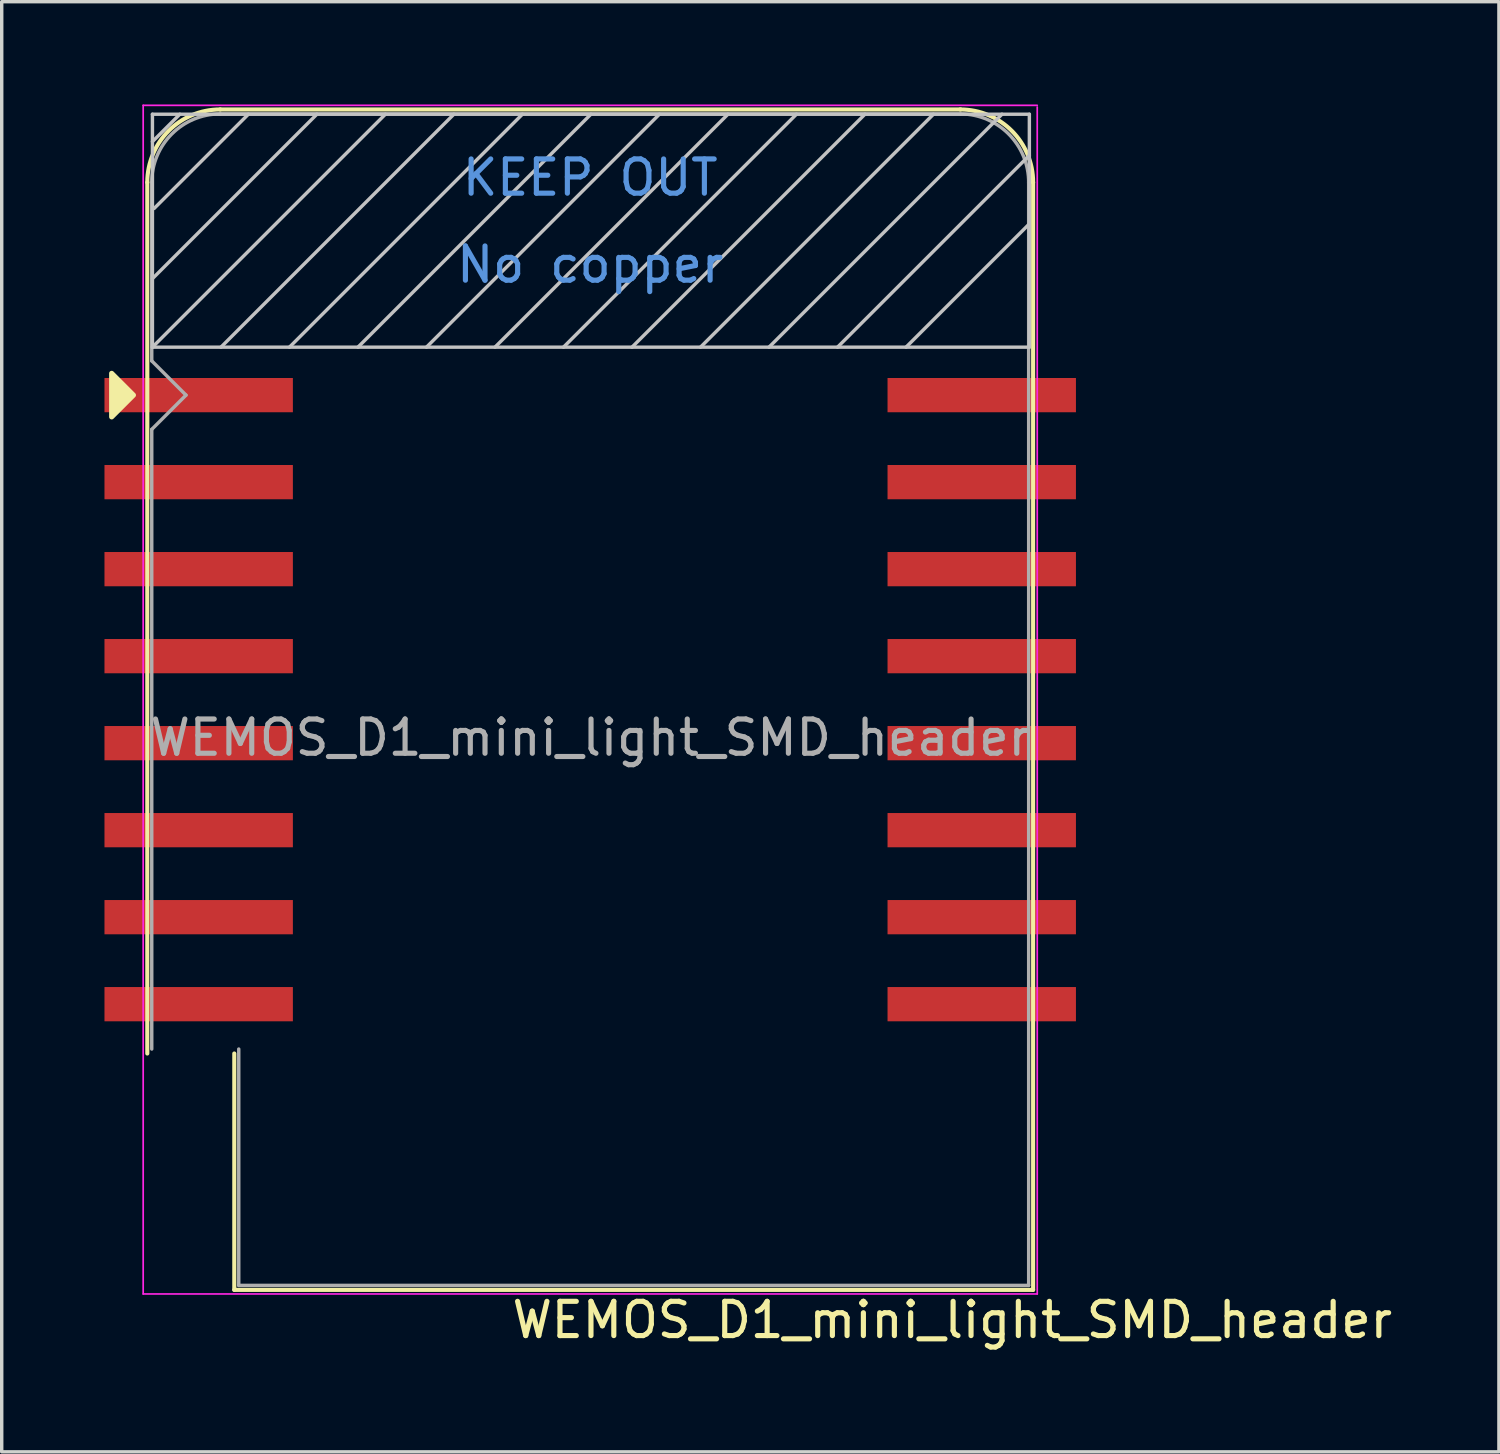
<source format=kicad_pcb>
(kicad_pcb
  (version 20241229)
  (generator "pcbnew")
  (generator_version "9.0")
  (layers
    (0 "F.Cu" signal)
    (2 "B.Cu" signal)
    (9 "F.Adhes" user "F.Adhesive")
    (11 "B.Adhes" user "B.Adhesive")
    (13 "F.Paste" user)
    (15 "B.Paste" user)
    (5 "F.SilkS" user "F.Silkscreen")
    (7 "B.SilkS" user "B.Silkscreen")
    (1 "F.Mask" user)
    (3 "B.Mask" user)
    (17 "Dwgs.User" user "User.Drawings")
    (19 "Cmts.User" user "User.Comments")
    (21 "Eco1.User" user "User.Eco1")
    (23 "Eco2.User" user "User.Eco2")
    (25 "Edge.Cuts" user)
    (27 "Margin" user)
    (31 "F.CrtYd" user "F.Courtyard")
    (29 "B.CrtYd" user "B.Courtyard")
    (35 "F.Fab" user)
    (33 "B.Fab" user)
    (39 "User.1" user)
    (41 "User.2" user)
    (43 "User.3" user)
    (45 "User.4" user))
  (footprint "WEMOS_D1_mini_light_SMD_header"
    (layer "F.Cu")
    (at 14.18 17.375)
    (property "Reference" "WEMOS_D1_mini_light_SMD_header" (at 10.57 18.11 0) (layer "F.SilkS") (effects (font (size 1 1) (thickness 0.15))))
    (attr through_hole)
    (fp_line (start -12.93 10.33) (end -12.93 -15.1) (stroke (width 0.12) (type solid)) (layer "F.SilkS"))
    (fp_line (start -10.39 10.33) (end -10.39 17.23) (stroke (width 0.12) (type solid)) (layer "F.SilkS"))
    (fp_line (start -10.39 17.23) (end 12.93 17.23) (stroke (width 0.12) (type solid)) (layer "F.SilkS"))
    (fp_line (start 10.81 -17.23) (end -10.8 -17.23) (stroke (width 0.12) (type solid)) (layer "F.SilkS"))
    (fp_line (start 12.93 17.23) (end 12.93 -15.1) (stroke (width 0.12) (type solid)) (layer "F.SilkS"))
    (fp_arc (start -12.93 -15.1) (mid -12.306137 -16.606137) (end -10.8 -17.23) (stroke (width 0.12) (type solid)) (layer "F.SilkS"))
    (fp_arc (start 10.8 -17.23) (mid 12.306137 -16.606137) (end 12.93 -15.1) (stroke (width 0.12) (type solid)) (layer "F.SilkS"))
    (fp_poly (pts (xy -13.97 -9.525) (xy -13.97 -8.255) (xy -13.335 -8.89)) (stroke (width 0.15) (type solid)) (fill yes) (layer "F.SilkS"))
    (fp_line (start -12.78 -17.09) (end -12.78 -10.29) (stroke (width 0.1) (type solid)) (layer "Dwgs.User"))
    (fp_line (start -12.78 -16.29) (end -11.98 -17.09) (stroke (width 0.1) (type solid)) (layer "Dwgs.User"))
    (fp_line (start -12.78 -12.29) (end -7.98 -17.09) (stroke (width 0.1) (type solid)) (layer "Dwgs.User"))
    (fp_line (start -12.78 -10.29) (end -5.98 -17.09) (stroke (width 0.1) (type solid)) (layer "Dwgs.User"))
    (fp_line (start -12.78 -10.29) (end 12.82 -10.29) (stroke (width 0.1) (type solid)) (layer "Dwgs.User"))
    (fp_line (start -12.73 -14.34) (end -9.98 -17.09) (stroke (width 0.1) (type solid)) (layer "Dwgs.User"))
    (fp_line (start -10.78 -10.29) (end -3.98 -17.09) (stroke (width 0.1) (type solid)) (layer "Dwgs.User"))
    (fp_line (start -8.78 -10.29) (end -1.98 -17.09) (stroke (width 0.1) (type solid)) (layer "Dwgs.User"))
    (fp_line (start -6.78 -10.29) (end 0.02 -17.09) (stroke (width 0.1) (type solid)) (layer "Dwgs.User"))
    (fp_line (start -4.78 -10.29) (end 2.02 -17.09) (stroke (width 0.1) (type solid)) (layer "Dwgs.User"))
    (fp_line (start -2.78 -10.29) (end 4.02 -17.09) (stroke (width 0.1) (type solid)) (layer "Dwgs.User"))
    (fp_line (start -0.78 -10.29) (end 6.02 -17.09) (stroke (width 0.1) (type solid)) (layer "Dwgs.User"))
    (fp_line (start 1.22 -10.29) (end 8.02 -17.09) (stroke (width 0.1) (type solid)) (layer "Dwgs.User"))
    (fp_line (start 3.22 -10.29) (end 10.02 -17.09) (stroke (width 0.1) (type solid)) (layer "Dwgs.User"))
    (fp_line (start 5.22 -10.29) (end 12.02 -17.09) (stroke (width 0.1) (type solid)) (layer "Dwgs.User"))
    (fp_line (start 7.22 -10.29) (end 12.82 -15.89) (stroke (width 0.1) (type solid)) (layer "Dwgs.User"))
    (fp_line (start 9.22 -10.29) (end 12.82 -13.89) (stroke (width 0.1) (type solid)) (layer "Dwgs.User"))
    (fp_line (start 12.82 -17.09) (end -12.78 -17.09) (stroke (width 0.1) (type solid)) (layer "Dwgs.User"))
    (fp_line (start 12.82 -10.29) (end 12.82 -17.09) (stroke (width 0.1) (type solid)) (layer "Dwgs.User"))
    (fp_line (start -13.05 -17.35) (end 13.05 -17.35) (stroke (width 0.05) (type solid)) (layer "F.CrtYd"))
    (fp_line (start -13.05 17.35) (end -13.05 -17.35) (stroke (width 0.05) (type solid)) (layer "F.CrtYd"))
    (fp_line (start 13.05 -17.3) (end 13.05 17.35) (stroke (width 0.05) (type solid)) (layer "F.CrtYd"))
    (fp_line (start 13.05 17.35) (end -13.05 17.35) (stroke (width 0.05) (type solid)) (layer "F.CrtYd"))
    (fp_line (start -12.8 -15.1) (end -12.8 -9.89) (stroke (width 0.1) (type solid)) (layer "F.Fab"))
    (fp_line (start -12.8 -7.89) (end -12.8 10.2) (stroke (width 0.1) (type solid)) (layer "F.Fab"))
    (fp_line (start -12.8 -7.89) (end -11.8 -8.89) (stroke (width 0.1) (type solid)) (layer "F.Fab"))
    (fp_line (start -11.8 -8.89) (end -12.8 -9.89) (stroke (width 0.1) (type solid)) (layer "F.Fab"))
    (fp_line (start -10.26 10.2) (end -10.26 17.1) (stroke (width 0.1) (type solid)) (layer "F.Fab"))
    (fp_line (start -10.26 17.1) (end 12.8 17.1) (stroke (width 0.1) (type solid)) (layer "F.Fab"))
    (fp_line (start 10.8 -17.1) (end -10.8 -17.1) (stroke (width 0.1) (type solid)) (layer "F.Fab"))
    (fp_line (start 12.8 17.1) (end 12.8 -15.1) (stroke (width 0.1) (type solid)) (layer "F.Fab"))
    (fp_arc (start -12.8 -15.1) (mid -12.214214 -16.514214) (end -10.8 -17.1) (stroke (width 0.1) (type solid)) (layer "F.Fab"))
    (fp_arc (start 10.82 -17.1) (mid 12.228356 -16.500071) (end 12.8 -15.08) (stroke (width 0.1) (type solid)) (layer "F.Fab"))
    (fp_text user "No copper" (at 0 -12.7 0) (layer "Cmts.User") (effects (font (size 1 1) (thickness 0.15))))
    (fp_text user "KEEP OUT" (at 0 -15.24 0) (layer "Cmts.User") (effects (font (size 1 1) (thickness 0.15))))
    (fp_text user "${REFERENCE}" (at 0 1.11 0) (layer "F.Fab") (effects (font (size 1 1) (thickness 0.15))))
    (pad "1" smd rect (at -11.43 -8.89) (size 5.5 1) (layers "F.Cu" "F.Mask" "F.Paste"))
    (pad "2" smd rect (at -11.43 -6.35) (size 5.5 1) (layers "F.Cu" "F.Mask" "F.Paste"))
    (pad "3" smd rect (at -11.43 -3.81) (size 5.5 1) (layers "F.Cu" "F.Mask" "F.Paste"))
    (pad "4" smd rect (at -11.43 -1.27) (size 5.5 1) (layers "F.Cu" "F.Mask" "F.Paste"))
    (pad "5" smd rect (at -11.43 1.27) (size 5.5 1) (layers "F.Cu" "F.Mask" "F.Paste"))
    (pad "6" smd rect (at -11.43 3.81) (size 5.5 1) (layers "F.Cu" "F.Mask" "F.Paste"))
    (pad "7" smd rect (at -11.43 6.35) (size 5.5 1) (layers "F.Cu" "F.Mask" "F.Paste"))
    (pad "8" smd rect (at -11.43 8.89) (size 5.5 1) (layers "F.Cu" "F.Mask" "F.Paste"))
    (pad "9" smd rect (at 11.43 8.89) (size 5.5 1) (layers "F.Cu" "F.Mask" "F.Paste"))
    (pad "10" smd rect (at 11.43 6.35) (size 5.5 1) (layers "F.Cu" "F.Mask" "F.Paste"))
    (pad "11" smd rect (at 11.43 3.81) (size 5.5 1) (layers "F.Cu" "F.Mask" "F.Paste"))
    (pad "12" smd rect (at 11.43 1.27) (size 5.5 1) (layers "F.Cu" "F.Mask" "F.Paste"))
    (pad "13" smd rect (at 11.43 -1.27) (size 5.5 1) (layers "F.Cu" "F.Mask" "F.Paste"))
    (pad "14" smd rect (at 11.43 -3.81) (size 5.5 1) (layers "F.Cu" "F.Mask" "F.Paste"))
    (pad "15" smd rect (at 11.43 -6.35) (size 5.5 1) (layers "F.Cu" "F.Mask" "F.Paste"))
    (pad "16" smd rect (at 11.43 -8.89) (size 5.5 1) (layers "F.Cu" "F.Mask" "F.Paste")))
  (gr_rect
    (start -3 -3)
    (end 40.708 39.333)
    (stroke (width 0.1) (type default))
    (fill no)
    (layer "Edge.Cuts")))
</source>
